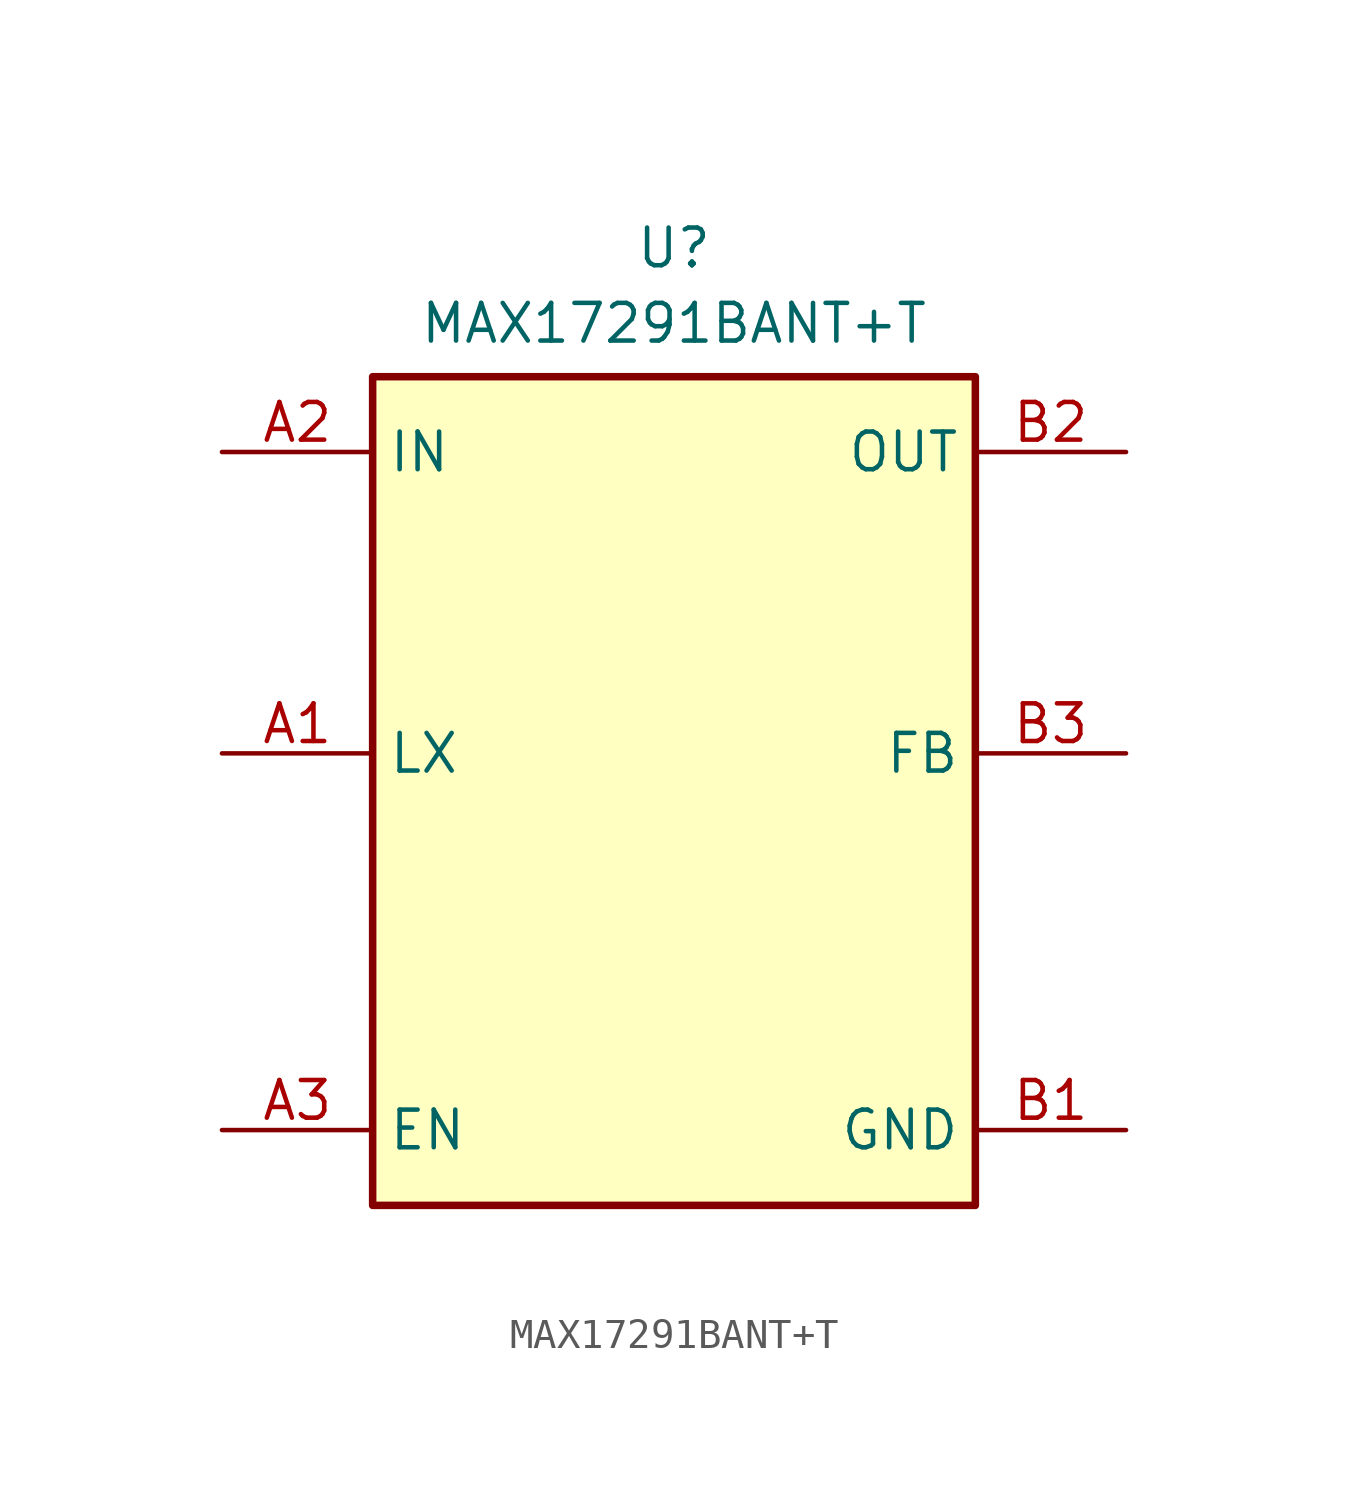
<source format=kicad_sym>
(kicad_symbol_lib
  (version 20220914)
  (generator kicad_symbol_editor)
  (symbol "MAX17291BANT+T"
    (property "Reference" "U"
      (at 0 17.78 0)
      (effects (font (size 1.27 1.27)) (justify top)))
    (property "Value" "MAX17291BANT+T"
      (at 0 15.24 0)
      (effects (font (size 1.27 1.27)) (justify top)))
    (symbol "MAX17291BANT+T_1_1"
      (rectangle (start -10.16 12.7) (end 10.16 -15.24) (stroke (width 0.254) (type default)) (fill (type background)))
      (pin passive line (at -15.24 0 0) (length 5.08) (name "LX" (effects (font (size 1.27 1.27)))) (number "A1" (effects (font (size 1.27 1.27)))))
      (pin passive line (at -15.24 10.16 0) (length 5.08) (name "IN" (effects (font (size 1.27 1.27)))) (number "A2" (effects (font (size 1.27 1.27)))))
      (pin passive line (at -15.24 -12.7 0) (length 5.08) (name "EN" (effects (font (size 1.27 1.27)))) (number "A3" (effects (font (size 1.27 1.27)))))
      (pin passive line (at 15.24 -12.7 180) (length 5.08) (name "GND" (effects (font (size 1.27 1.27)))) (number "B1" (effects (font (size 1.27 1.27)))))
      (pin passive line (at 15.24 10.16 180) (length 5.08) (name "OUT" (effects (font (size 1.27 1.27)))) (number "B2" (effects (font (size 1.27 1.27)))))
      (pin passive line (at 15.24 0 180) (length 5.08) (name "FB" (effects (font (size 1.27 1.27)))) (number "B3" (effects (font (size 1.27 1.27))))))))
</source>
